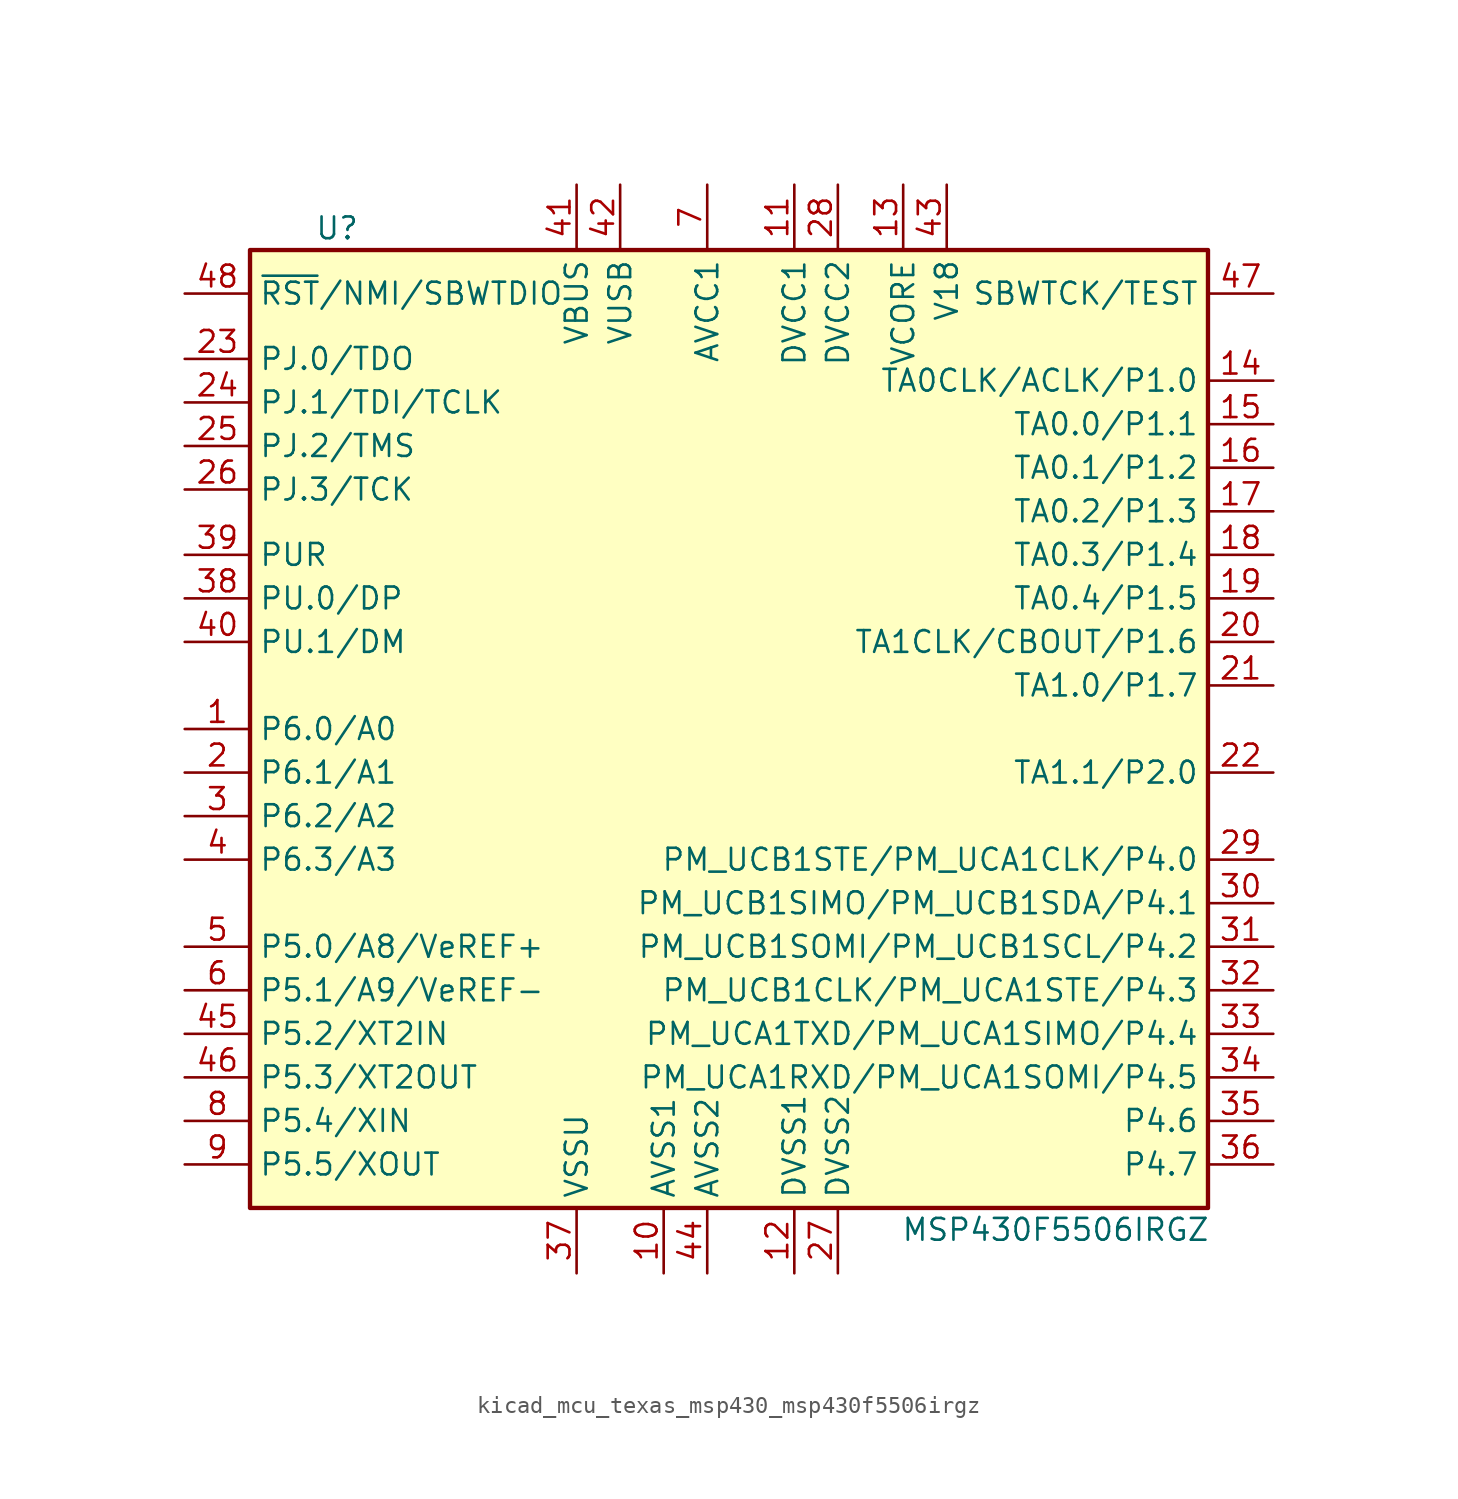
<source format=kicad_sym>
(kicad_symbol_lib
  (version 20220914)
  (generator kicad_symbol_editor)
  (symbol "kicad_mcu_texas_msp430_msp430f5506irgz"
    (property "Reference" "U"
      (at -21.59 29.21 0)
      (effects (font (size 1.27 1.27))))
    (property "Value" "MSP430F5506IRGZ"
      (at 20.32 -29.21 0)
      (effects (font (size 1.27 1.27))))
    (symbol "kicad_mcu_texas_msp430_msp430f5506irgz_0_1"
      (rectangle (start -26.67 27.94) (end 29.21 -27.94) (stroke (width 0.254) (type default)) (fill (type background))))
    (symbol "kicad_mcu_texas_msp430_msp430f5506irgz_1_1"
      (pin bidirectional line (at -30.48 0 0) (length 3.81) (name "P6.0/A0" (effects (font (size 1.27 1.27)))) (number "1" (effects (font (size 1.27 1.27)))))
      (pin power_in line (at -2.54 -31.75 90) (length 3.81) (name "AVSS1" (effects (font (size 1.27 1.27)))) (number "10" (effects (font (size 1.27 1.27)))))
      (pin power_in line (at 5.08 31.75 270) (length 3.81) (name "DVCC1" (effects (font (size 1.27 1.27)))) (number "11" (effects (font (size 1.27 1.27)))))
      (pin power_in line (at 5.08 -31.75 90) (length 3.81) (name "DVSS1" (effects (font (size 1.27 1.27)))) (number "12" (effects (font (size 1.27 1.27)))))
      (pin passive line (at 11.43 31.75 270) (length 3.81) (name "VCORE" (effects (font (size 1.27 1.27)))) (number "13" (effects (font (size 1.27 1.27)))))
      (pin bidirectional line (at 33.02 20.32 180) (length 3.81) (name "TA0CLK/ACLK/P1.0" (effects (font (size 1.27 1.27)))) (number "14" (effects (font (size 1.27 1.27)))))
      (pin bidirectional line (at 33.02 17.78 180) (length 3.81) (name "TA0.0/P1.1" (effects (font (size 1.27 1.27)))) (number "15" (effects (font (size 1.27 1.27)))))
      (pin bidirectional line (at 33.02 15.24 180) (length 3.81) (name "TA0.1/P1.2" (effects (font (size 1.27 1.27)))) (number "16" (effects (font (size 1.27 1.27)))))
      (pin bidirectional line (at 33.02 12.7 180) (length 3.81) (name "TA0.2/P1.3" (effects (font (size 1.27 1.27)))) (number "17" (effects (font (size 1.27 1.27)))))
      (pin bidirectional line (at 33.02 10.16 180) (length 3.81) (name "TA0.3/P1.4" (effects (font (size 1.27 1.27)))) (number "18" (effects (font (size 1.27 1.27)))))
      (pin bidirectional line (at 33.02 7.62 180) (length 3.81) (name "TA0.4/P1.5" (effects (font (size 1.27 1.27)))) (number "19" (effects (font (size 1.27 1.27)))))
      (pin bidirectional line (at -30.48 -2.54 0) (length 3.81) (name "P6.1/A1" (effects (font (size 1.27 1.27)))) (number "2" (effects (font (size 1.27 1.27)))))
      (pin bidirectional line (at 33.02 5.08 180) (length 3.81) (name "TA1CLK/CBOUT/P1.6" (effects (font (size 1.27 1.27)))) (number "20" (effects (font (size 1.27 1.27)))))
      (pin bidirectional line (at 33.02 2.54 180) (length 3.81) (name "TA1.0/P1.7" (effects (font (size 1.27 1.27)))) (number "21" (effects (font (size 1.27 1.27)))))
      (pin bidirectional line (at 33.02 -2.54 180) (length 3.81) (name "TA1.1/P2.0" (effects (font (size 1.27 1.27)))) (number "22" (effects (font (size 1.27 1.27)))))
      (pin bidirectional line (at -30.48 21.59 0) (length 3.81) (name "PJ.0/TDO" (effects (font (size 1.27 1.27)))) (number "23" (effects (font (size 1.27 1.27)))))
      (pin bidirectional line (at -30.48 19.05 0) (length 3.81) (name "PJ.1/TDI/TCLK" (effects (font (size 1.27 1.27)))) (number "24" (effects (font (size 1.27 1.27)))))
      (pin bidirectional line (at -30.48 16.51 0) (length 3.81) (name "PJ.2/TMS" (effects (font (size 1.27 1.27)))) (number "25" (effects (font (size 1.27 1.27)))))
      (pin bidirectional line (at -30.48 13.97 0) (length 3.81) (name "PJ.3/TCK" (effects (font (size 1.27 1.27)))) (number "26" (effects (font (size 1.27 1.27)))))
      (pin power_in line (at 7.62 -31.75 90) (length 3.81) (name "DVSS2" (effects (font (size 1.27 1.27)))) (number "27" (effects (font (size 1.27 1.27)))))
      (pin power_in line (at 7.62 31.75 270) (length 3.81) (name "DVCC2" (effects (font (size 1.27 1.27)))) (number "28" (effects (font (size 1.27 1.27)))))
      (pin bidirectional line (at 33.02 -7.62 180) (length 3.81) (name "PM_UCB1STE/PM_UCA1CLK/P4.0" (effects (font (size 1.27 1.27)))) (number "29" (effects (font (size 1.27 1.27)))))
      (pin bidirectional line (at -30.48 -5.08 0) (length 3.81) (name "P6.2/A2" (effects (font (size 1.27 1.27)))) (number "3" (effects (font (size 1.27 1.27)))))
      (pin bidirectional line (at 33.02 -10.16 180) (length 3.81) (name "PM_UCB1SIMO/PM_UCB1SDA/P4.1" (effects (font (size 1.27 1.27)))) (number "30" (effects (font (size 1.27 1.27)))))
      (pin bidirectional line (at 33.02 -12.7 180) (length 3.81) (name "PM_UCB1SOMI/PM_UCB1SCL/P4.2" (effects (font (size 1.27 1.27)))) (number "31" (effects (font (size 1.27 1.27)))))
      (pin bidirectional line (at 33.02 -15.24 180) (length 3.81) (name "PM_UCB1CLK/PM_UCA1STE/P4.3" (effects (font (size 1.27 1.27)))) (number "32" (effects (font (size 1.27 1.27)))))
      (pin bidirectional line (at 33.02 -17.78 180) (length 3.81) (name "PM_UCA1TXD/PM_UCA1SIMO/P4.4" (effects (font (size 1.27 1.27)))) (number "33" (effects (font (size 1.27 1.27)))))
      (pin bidirectional line (at 33.02 -20.32 180) (length 3.81) (name "PM_UCA1RXD/PM_UCA1SOMI/P4.5" (effects (font (size 1.27 1.27)))) (number "34" (effects (font (size 1.27 1.27)))))
      (pin bidirectional line (at 33.02 -22.86 180) (length 3.81) (name "P4.6" (effects (font (size 1.27 1.27)))) (number "35" (effects (font (size 1.27 1.27)))))
      (pin bidirectional line (at 33.02 -25.4 180) (length 3.81) (name "P4.7" (effects (font (size 1.27 1.27)))) (number "36" (effects (font (size 1.27 1.27)))))
      (pin power_in line (at -7.62 -31.75 90) (length 3.81) (name "VSSU" (effects (font (size 1.27 1.27)))) (number "37" (effects (font (size 1.27 1.27)))))
      (pin bidirectional line (at -30.48 7.62 0) (length 3.81) (name "PU.0/DP" (effects (font (size 1.27 1.27)))) (number "38" (effects (font (size 1.27 1.27)))))
      (pin bidirectional line (at -30.48 10.16 0) (length 3.81) (name "PUR" (effects (font (size 1.27 1.27)))) (number "39" (effects (font (size 1.27 1.27)))))
      (pin bidirectional line (at -30.48 -7.62 0) (length 3.81) (name "P6.3/A3" (effects (font (size 1.27 1.27)))) (number "4" (effects (font (size 1.27 1.27)))))
      (pin bidirectional line (at -30.48 5.08 0) (length 3.81) (name "PU.1/DM" (effects (font (size 1.27 1.27)))) (number "40" (effects (font (size 1.27 1.27)))))
      (pin power_in line (at -7.62 31.75 270) (length 3.81) (name "VBUS" (effects (font (size 1.27 1.27)))) (number "41" (effects (font (size 1.27 1.27)))))
      (pin power_out line (at -5.08 31.75 270) (length 3.81) (name "VUSB" (effects (font (size 1.27 1.27)))) (number "42" (effects (font (size 1.27 1.27)))))
      (pin passive line (at 13.97 31.75 270) (length 3.81) (name "V18" (effects (font (size 1.27 1.27)))) (number "43" (effects (font (size 1.27 1.27)))))
      (pin power_in line (at 0 -31.75 90) (length 3.81) (name "AVSS2" (effects (font (size 1.27 1.27)))) (number "44" (effects (font (size 1.27 1.27)))))
      (pin bidirectional line (at -30.48 -17.78 0) (length 3.81) (name "P5.2/XT2IN" (effects (font (size 1.27 1.27)))) (number "45" (effects (font (size 1.27 1.27)))))
      (pin bidirectional line (at -30.48 -20.32 0) (length 3.81) (name "P5.3/XT2OUT" (effects (font (size 1.27 1.27)))) (number "46" (effects (font (size 1.27 1.27)))))
      (pin input line (at 33.02 25.4 180) (length 3.81) (name "SBWTCK/TEST" (effects (font (size 1.27 1.27)))) (number "47" (effects (font (size 1.27 1.27)))))
      (pin input line (at -30.48 25.4 0) (length 3.81) (name "~{RST}/NMI/SBWTDIO" (effects (font (size 1.27 1.27)))) (number "48" (effects (font (size 1.27 1.27)))))
      (pin bidirectional line (at -30.48 -12.7 0) (length 3.81) (name "P5.0/A8/VeREF+" (effects (font (size 1.27 1.27)))) (number "5" (effects (font (size 1.27 1.27)))))
      (pin bidirectional line (at -30.48 -15.24 0) (length 3.81) (name "P5.1/A9/VeREF-" (effects (font (size 1.27 1.27)))) (number "6" (effects (font (size 1.27 1.27)))))
      (pin power_in line (at 0 31.75 270) (length 3.81) (name "AVCC1" (effects (font (size 1.27 1.27)))) (number "7" (effects (font (size 1.27 1.27)))))
      (pin bidirectional line (at -30.48 -22.86 0) (length 3.81) (name "P5.4/XIN" (effects (font (size 1.27 1.27)))) (number "8" (effects (font (size 1.27 1.27)))))
      (pin bidirectional line (at -30.48 -25.4 0) (length 3.81) (name "P5.5/XOUT" (effects (font (size 1.27 1.27)))) (number "9" (effects (font (size 1.27 1.27))))))))
</source>
